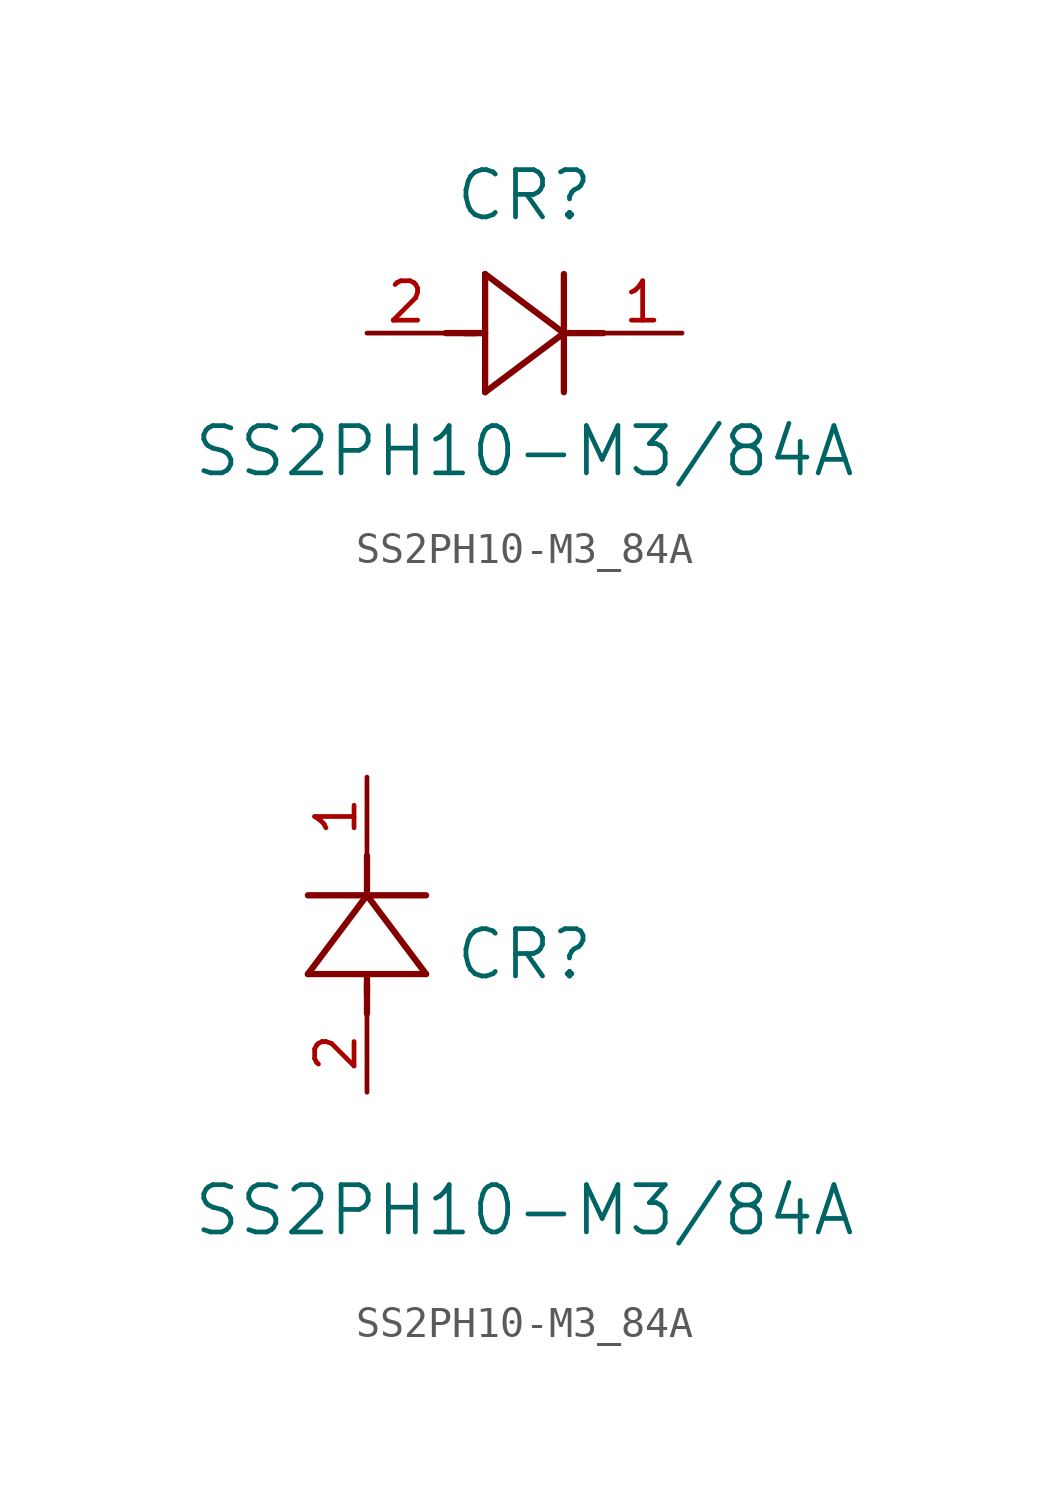
<source format=kicad_sym>
(kicad_symbol_lib
  (version 20211014)
  (generator kicad_symbol_editor)
  (symbol "SS2PH10-M3_84A"
    (pin_names
      (offset 0.254))
    (property "Reference" "CR"
      (at 5.08 4.445 0)
      (effects (font (size 1.524 1.524))))
    (property "Value" "SS2PH10-M3/84A"
      (at 5.08 -3.81 0)
      (effects (font (size 1.524 1.524))))
    (symbol "SS2PH10-M3_84A_1_1"
      (polyline (pts (xy 2.54 0) (xy 3.48 0)) (stroke (width 0.203) (type default) (color 0 0 0 0)) (fill (type none)))
      (polyline (pts (xy 3.81 1.905) (xy 3.81 -1.905)) (stroke (width 0.203) (type default) (color 0 0 0 0)) (fill (type none)))
      (polyline (pts (xy 3.175 0) (xy 3.81 0)) (stroke (width 0.203) (type default) (color 0 0 0 0)) (fill (type none)))
      (polyline (pts (xy 6.35 -1.905) (xy 6.35 1.905)) (stroke (width 0.203) (type default) (color 0 0 0 0)) (fill (type none)))
      (polyline (pts (xy 6.35 0) (xy 7.62 0)) (stroke (width 0.203) (type default) (color 0 0 0 0)) (fill (type none)))
      (polyline (pts (xy 6.35 0) (xy 3.81 1.905)) (stroke (width 0.203) (type default) (color 0 0 0 0)) (fill (type none)))
      (polyline (pts (xy 3.81 -1.905) (xy 6.35 0)) (stroke (width 0.203) (type default) (color 0 0 0 0)) (fill (type none)))
      (pin unspecified line (at 0 0 0) (length 2.54) (name "" (effects (font (size 1.27 1.27)))) (number "2" (effects (font (size 1.27 1.27)))))
      (pin unspecified line (at 10.16 0 180) (length 2.54) (name "" (effects (font (size 1.27 1.27)))) (number "1" (effects (font (size 1.27 1.27))))))
    (symbol "SS2PH10-M3_84A_1_2"
      (polyline (pts (xy 0 2.54) (xy 0 3.48)) (stroke (width 0.203) (type default) (color 0 0 0 0)) (fill (type none)))
      (polyline (pts (xy -1.905 3.81) (xy 1.905 3.81)) (stroke (width 0.203) (type default) (color 0 0 0 0)) (fill (type none)))
      (polyline (pts (xy 0 3.175) (xy 0 3.81)) (stroke (width 0.203) (type default) (color 0 0 0 0)) (fill (type none)))
      (polyline (pts (xy 1.905 6.35) (xy -1.905 6.35)) (stroke (width 0.203) (type default) (color 0 0 0 0)) (fill (type none)))
      (polyline (pts (xy 0 6.35) (xy 0 7.62)) (stroke (width 0.203) (type default) (color 0 0 0 0)) (fill (type none)))
      (polyline (pts (xy 0 6.35) (xy -1.905 3.81)) (stroke (width 0.203) (type default) (color 0 0 0 0)) (fill (type none)))
      (polyline (pts (xy 1.905 3.81) (xy 0 6.35)) (stroke (width 0.203) (type default) (color 0 0 0 0)) (fill (type none)))
      (pin unspecified line (at 0 0 90) (length 2.54) (name "" (effects (font (size 1.27 1.27)))) (number "2" (effects (font (size 1.27 1.27)))))
      (pin unspecified line (at 0 10.16 270) (length 2.54) (name "" (effects (font (size 1.27 1.27)))) (number "1" (effects (font (size 1.27 1.27))))))))
</source>
